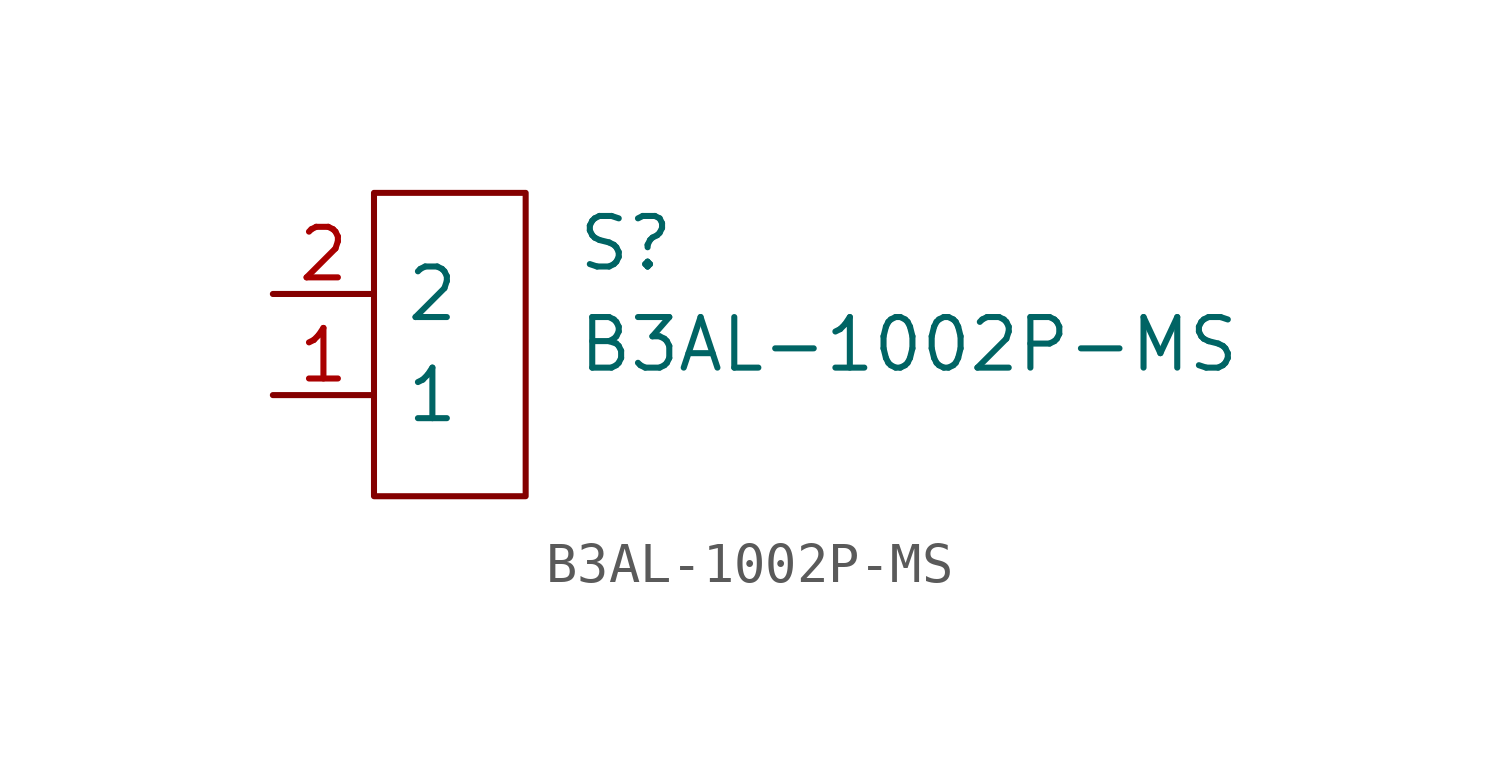
<source format=kicad_sym>
(kicad_symbol_lib
  (version 20211014)
  (generator kicad_symbol_editor)
  (symbol "B3AL-1002P-MS"
    (pin_names
      (offset 0.762))
    (property "Reference" "S"
      (at 7.62 1.27 0)
      (effects (font (size 1.27 1.27)) (justify left)))
    (property "Value" "B3AL-1002P-MS"
      (at 7.62 -1.27 0)
      (effects (font (size 1.27 1.27)) (justify left)))
    (symbol "B3AL-1002P-MS_0_0"
      (pin passive line (at 0 -2.54 0) (length 2.54) (name "1" (effects (font (size 1.27 1.27)))) (number "1" (effects (font (size 1.27 1.27)))))
      (pin passive line (at 0 0 0) (length 2.54) (name "2" (effects (font (size 1.27 1.27)))) (number "2" (effects (font (size 1.27 1.27))))))
    (symbol "B3AL-1002P-MS_0_1"
      (polyline (pts (xy 2.54 2.54) (xy 6.35 2.54) (xy 6.35 -5.08) (xy 2.54 -5.08) (xy 2.54 2.54)) (stroke (width 0.152) (type default) (color 0 0 0 0)) (fill (type none))))))
</source>
